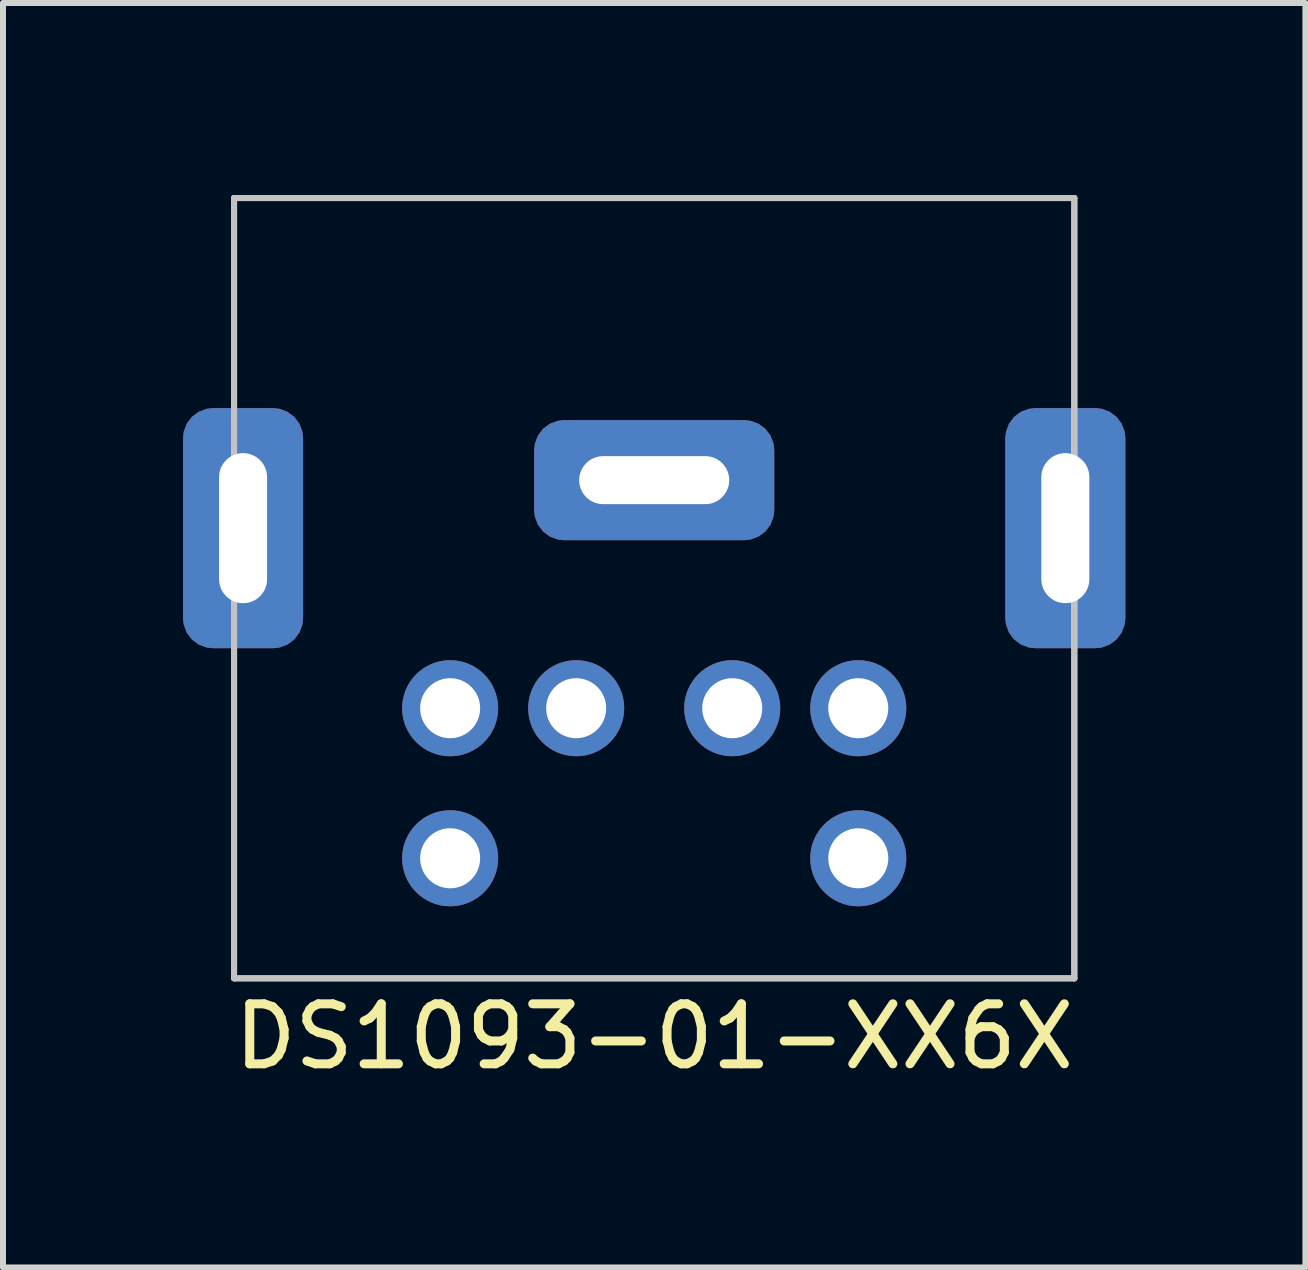
<source format=kicad_pcb>
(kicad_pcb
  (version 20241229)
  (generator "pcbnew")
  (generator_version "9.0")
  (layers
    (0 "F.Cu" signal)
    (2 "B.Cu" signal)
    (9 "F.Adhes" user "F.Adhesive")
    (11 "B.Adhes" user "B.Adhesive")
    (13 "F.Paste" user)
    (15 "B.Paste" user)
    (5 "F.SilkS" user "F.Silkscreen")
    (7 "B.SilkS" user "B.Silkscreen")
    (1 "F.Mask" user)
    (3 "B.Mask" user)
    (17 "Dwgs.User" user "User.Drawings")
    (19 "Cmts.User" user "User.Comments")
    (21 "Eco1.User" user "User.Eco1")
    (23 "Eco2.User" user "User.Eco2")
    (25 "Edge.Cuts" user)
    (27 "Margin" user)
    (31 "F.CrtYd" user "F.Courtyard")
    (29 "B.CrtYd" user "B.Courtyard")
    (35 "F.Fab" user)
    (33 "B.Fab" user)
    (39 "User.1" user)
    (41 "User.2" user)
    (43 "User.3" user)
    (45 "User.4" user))
  (footprint "DS1093-01-XX6X"
    (layer "F.Cu")
    (at 7.85 0.25)
    (property "Reference" "DS1093-01-XX6X" (at 0 13.97 0) (layer "F.SilkS") (effects (font (size 1 1) (thickness 0.15))))
    (attr through_hole)
    (fp_line (start -7 0) (end -7 13) (stroke (width 0.1) (type solid)) (layer "F.SilkS"))
    (fp_line (start -7 0) (end 7 0) (stroke (width 0.1) (type solid)) (layer "F.SilkS"))
    (fp_line (start -7 13) (end 7 13) (stroke (width 0.1) (type solid)) (layer "F.SilkS"))
    (fp_line (start 7 0) (end 7 13) (stroke (width 0.1) (type solid)) (layer "F.SilkS"))
    (fp_line (start -7 0) (end -7 13) (stroke (width 0.1) (type solid)) (layer "Dwgs.User"))
    (fp_line (start -7 0) (end 7 0) (stroke (width 0.1) (type solid)) (layer "Dwgs.User"))
    (fp_line (start -7 13) (end 7 13) (stroke (width 0.1) (type solid)) (layer "Dwgs.User"))
    (fp_line (start 7 0) (end 7 13) (stroke (width 0.1) (type solid)) (layer "Dwgs.User"))
    (pad "-" thru_hole circle (at -3.4 8.5) (size 1.6 1.6) (drill 1) (layers "*.Cu" "*.Mask"))
    (pad "-" thru_hole circle (at -3.4 11) (size 1.6 1.6) (drill 1) (layers "*.Cu" "*.Mask"))
    (pad "-" thru_hole circle (at -1.3 8.5) (size 1.6 1.6) (drill 1) (layers "*.Cu" "*.Mask"))
    (pad "-" thru_hole circle (at 1.3 8.5) (size 1.6 1.6) (drill 1) (layers "*.Cu" "*.Mask"))
    (pad "-" thru_hole circle (at 3.4 8.5) (size 1.6 1.6) (drill 1) (layers "*.Cu" "*.Mask"))
    (pad "-" thru_hole circle (at 3.4 11) (size 1.6 1.6) (drill 1) (layers "*.Cu" "*.Mask"))
    (pad "SH" thru_hole roundrect (at -6.85 5.5 90) (size 4 2) (drill oval 2.5 0.8) (layers "*.Cu" "*.Mask") (roundrect_rratio 0.25))
    (pad "SH" thru_hole roundrect (at 0 4.7 90) (size 2 4) (drill oval 0.8 2.5) (layers "*.Cu" "*.Mask") (roundrect_rratio 0.25))
    (pad "SH" thru_hole roundrect (at 6.85 5.5 90) (size 4 2) (drill oval 2.5 0.8) (layers "*.Cu" "*.Mask") (roundrect_rratio 0.25)))
  (gr_rect
    (start -3 -3)
    (end 18.7 18.068)
    (stroke (width 0.1) (type default))
    (fill no)
    (layer "Edge.Cuts")))
</source>
